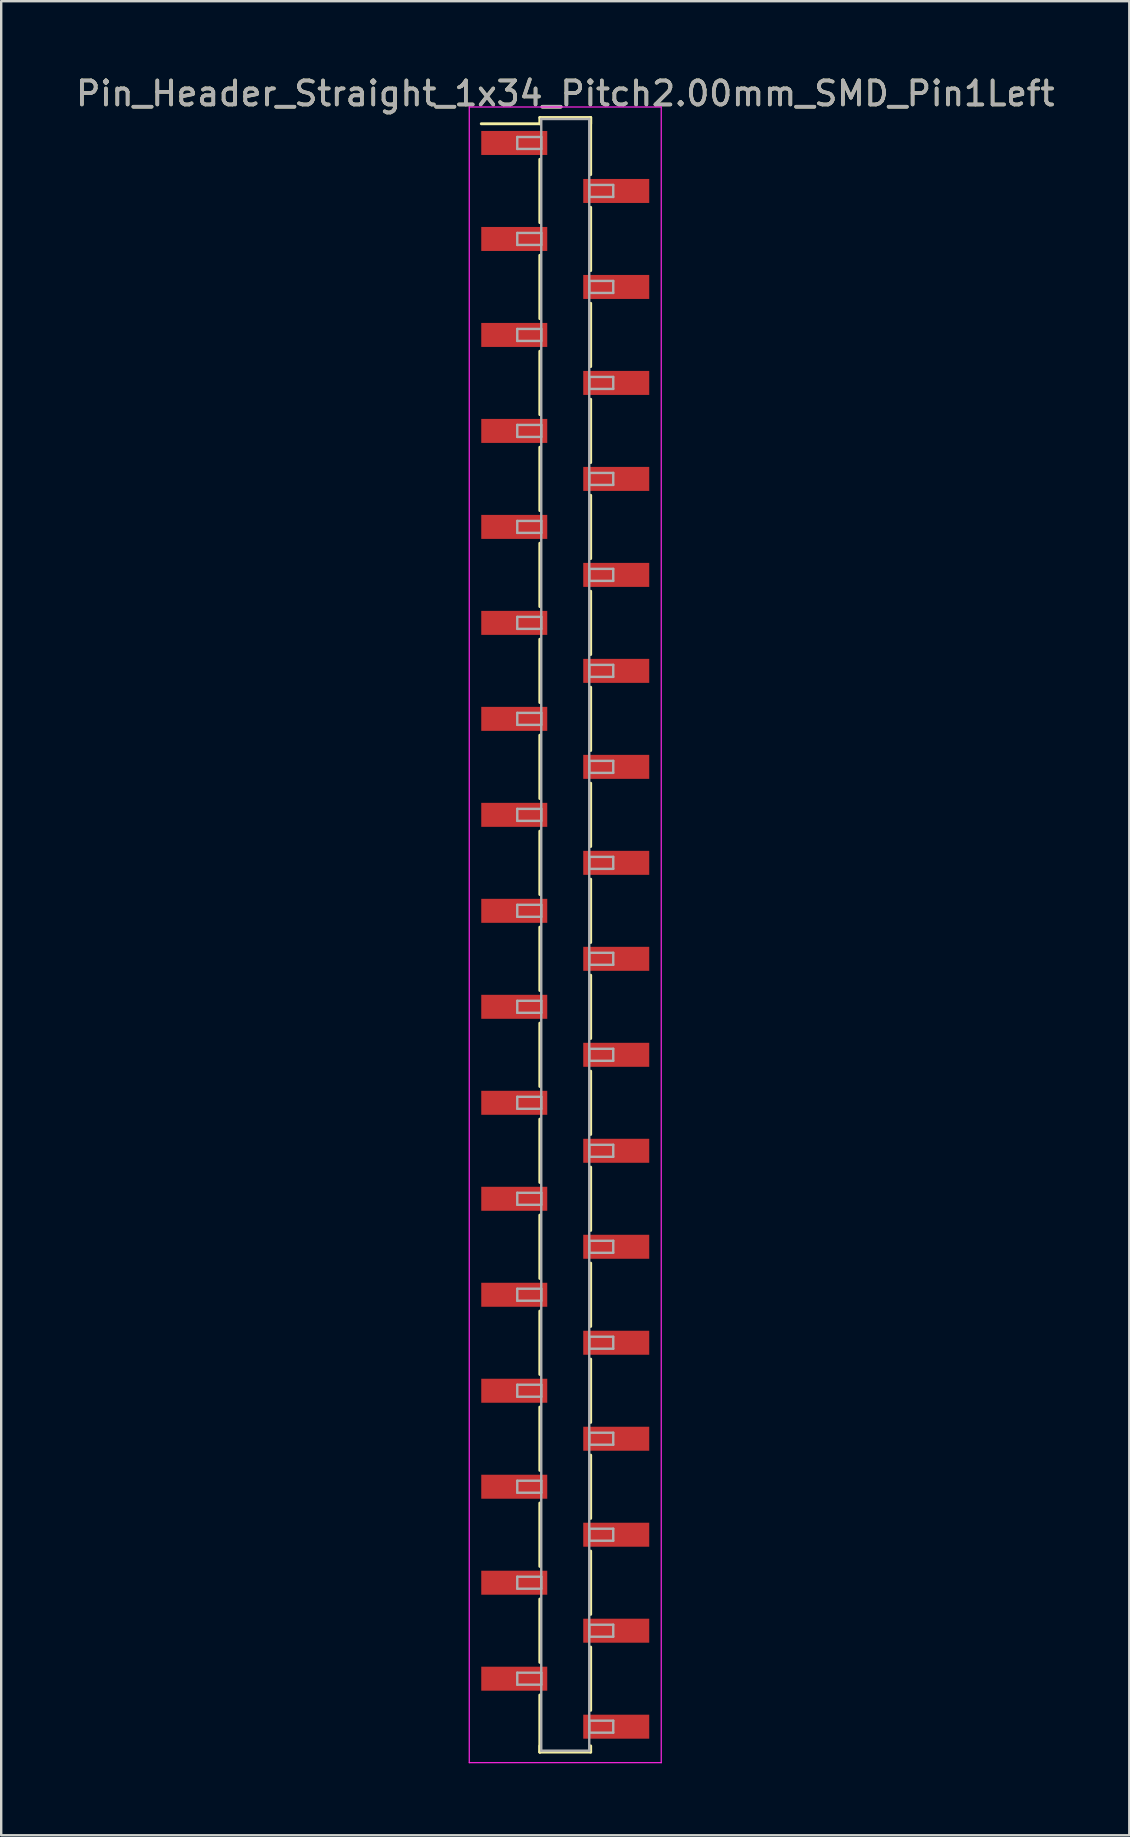
<source format=kicad_pcb>
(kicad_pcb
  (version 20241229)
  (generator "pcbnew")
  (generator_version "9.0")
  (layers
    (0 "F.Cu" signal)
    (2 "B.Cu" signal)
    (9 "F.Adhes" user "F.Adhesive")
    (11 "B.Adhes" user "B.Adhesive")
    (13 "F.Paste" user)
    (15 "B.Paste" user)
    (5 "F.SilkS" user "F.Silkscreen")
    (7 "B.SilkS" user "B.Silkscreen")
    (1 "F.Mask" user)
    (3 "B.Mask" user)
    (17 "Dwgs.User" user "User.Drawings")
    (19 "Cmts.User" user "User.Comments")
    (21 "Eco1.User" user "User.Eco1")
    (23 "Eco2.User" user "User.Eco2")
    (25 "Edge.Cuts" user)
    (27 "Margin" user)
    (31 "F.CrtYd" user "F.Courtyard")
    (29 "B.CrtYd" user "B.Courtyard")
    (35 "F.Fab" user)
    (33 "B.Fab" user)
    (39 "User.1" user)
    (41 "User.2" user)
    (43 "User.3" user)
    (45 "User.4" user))
  (footprint "Pin_Header_Straight_1x34_Pitch2.00mm_SMD_Pin1Left"
    (layer "F.Cu")
    (at 20.506 35.908)
    (property "Reference" "Pin_Header_Straight_1x34_Pitch2.00mm_SMD_Pin1Left" (at 0 -35.06 0) (layer "F.SilkS") (effects (font (size 1 1) (thickness 0.15))))
    (attr smd)
    (fp_line (start -1.06 -34.06) (end 1.06 -34.06) (stroke (width 0.12) (type solid)) (layer "F.SilkS"))
    (fp_line (start -1.06 -33.8) (end -3.5 -33.8) (stroke (width 0.12) (type solid)) (layer "F.SilkS"))
    (fp_line (start -1.06 -33.8) (end -1.06 -34.06) (stroke (width 0.12) (type solid)) (layer "F.SilkS"))
    (fp_line (start -1.06 -32.32) (end -1.06 -29.68) (stroke (width 0.12) (type solid)) (layer "F.SilkS"))
    (fp_line (start -1.06 -28.32) (end -1.06 -25.68) (stroke (width 0.12) (type solid)) (layer "F.SilkS"))
    (fp_line (start -1.06 -24.32) (end -1.06 -21.68) (stroke (width 0.12) (type solid)) (layer "F.SilkS"))
    (fp_line (start -1.06 -20.32) (end -1.06 -17.68) (stroke (width 0.12) (type solid)) (layer "F.SilkS"))
    (fp_line (start -1.06 -16.32) (end -1.06 -13.68) (stroke (width 0.12) (type solid)) (layer "F.SilkS"))
    (fp_line (start -1.06 -12.32) (end -1.06 -9.68) (stroke (width 0.12) (type solid)) (layer "F.SilkS"))
    (fp_line (start -1.06 -8.32) (end -1.06 -5.68) (stroke (width 0.12) (type solid)) (layer "F.SilkS"))
    (fp_line (start -1.06 -4.32) (end -1.06 -1.68) (stroke (width 0.12) (type solid)) (layer "F.SilkS"))
    (fp_line (start -1.06 -0.32) (end -1.06 2.32) (stroke (width 0.12) (type solid)) (layer "F.SilkS"))
    (fp_line (start -1.06 3.68) (end -1.06 6.32) (stroke (width 0.12) (type solid)) (layer "F.SilkS"))
    (fp_line (start -1.06 7.68) (end -1.06 10.32) (stroke (width 0.12) (type solid)) (layer "F.SilkS"))
    (fp_line (start -1.06 11.68) (end -1.06 14.32) (stroke (width 0.12) (type solid)) (layer "F.SilkS"))
    (fp_line (start -1.06 15.68) (end -1.06 18.32) (stroke (width 0.12) (type solid)) (layer "F.SilkS"))
    (fp_line (start -1.06 19.68) (end -1.06 22.32) (stroke (width 0.12) (type solid)) (layer "F.SilkS"))
    (fp_line (start -1.06 23.68) (end -1.06 26.32) (stroke (width 0.12) (type solid)) (layer "F.SilkS"))
    (fp_line (start -1.06 27.68) (end -1.06 30.32) (stroke (width 0.12) (type solid)) (layer "F.SilkS"))
    (fp_line (start -1.06 31.68) (end -1.06 34.06) (stroke (width 0.12) (type solid)) (layer "F.SilkS"))
    (fp_line (start -1.06 33.8) (end -1.06 34.06) (stroke (width 0.12) (type solid)) (layer "F.SilkS"))
    (fp_line (start -1.06 34.06) (end 1.06 34.06) (stroke (width 0.12) (type solid)) (layer "F.SilkS"))
    (fp_line (start 1.06 -34.06) (end 1.06 -33.8) (stroke (width 0.12) (type solid)) (layer "F.SilkS"))
    (fp_line (start 1.06 -34.06) (end 1.06 -31.68) (stroke (width 0.12) (type solid)) (layer "F.SilkS"))
    (fp_line (start 1.06 -30.32) (end 1.06 -27.68) (stroke (width 0.12) (type solid)) (layer "F.SilkS"))
    (fp_line (start 1.06 -26.32) (end 1.06 -23.68) (stroke (width 0.12) (type solid)) (layer "F.SilkS"))
    (fp_line (start 1.06 -22.32) (end 1.06 -19.68) (stroke (width 0.12) (type solid)) (layer "F.SilkS"))
    (fp_line (start 1.06 -18.32) (end 1.06 -15.68) (stroke (width 0.12) (type solid)) (layer "F.SilkS"))
    (fp_line (start 1.06 -14.32) (end 1.06 -11.68) (stroke (width 0.12) (type solid)) (layer "F.SilkS"))
    (fp_line (start 1.06 -10.32) (end 1.06 -7.68) (stroke (width 0.12) (type solid)) (layer "F.SilkS"))
    (fp_line (start 1.06 -6.32) (end 1.06 -3.68) (stroke (width 0.12) (type solid)) (layer "F.SilkS"))
    (fp_line (start 1.06 -2.32) (end 1.06 0.32) (stroke (width 0.12) (type solid)) (layer "F.SilkS"))
    (fp_line (start 1.06 1.68) (end 1.06 4.32) (stroke (width 0.12) (type solid)) (layer "F.SilkS"))
    (fp_line (start 1.06 5.68) (end 1.06 8.32) (stroke (width 0.12) (type solid)) (layer "F.SilkS"))
    (fp_line (start 1.06 9.68) (end 1.06 12.32) (stroke (width 0.12) (type solid)) (layer "F.SilkS"))
    (fp_line (start 1.06 13.68) (end 1.06 16.32) (stroke (width 0.12) (type solid)) (layer "F.SilkS"))
    (fp_line (start 1.06 17.68) (end 1.06 20.32) (stroke (width 0.12) (type solid)) (layer "F.SilkS"))
    (fp_line (start 1.06 21.68) (end 1.06 24.32) (stroke (width 0.12) (type solid)) (layer "F.SilkS"))
    (fp_line (start 1.06 25.68) (end 1.06 28.32) (stroke (width 0.12) (type solid)) (layer "F.SilkS"))
    (fp_line (start 1.06 29.68) (end 1.06 32.32) (stroke (width 0.12) (type solid)) (layer "F.SilkS"))
    (fp_line (start 1.06 34.06) (end 1.06 33.8) (stroke (width 0.12) (type solid)) (layer "F.SilkS"))
    (fp_line (start -4 -34.5) (end -4 34.5) (stroke (width 0.05) (type solid)) (layer "F.CrtYd"))
    (fp_line (start -4 34.5) (end 4 34.5) (stroke (width 0.05) (type solid)) (layer "F.CrtYd"))
    (fp_line (start 4 -34.5) (end -4 -34.5) (stroke (width 0.05) (type solid)) (layer "F.CrtYd"))
    (fp_line (start 4 34.5) (end 4 -34.5) (stroke (width 0.05) (type solid)) (layer "F.CrtYd"))
    (fp_line (start -2 -33.25) (end -1 -33.25) (stroke (width 0.1) (type solid)) (layer "F.Fab"))
    (fp_line (start -2 -32.75) (end -2 -33.25) (stroke (width 0.1) (type solid)) (layer "F.Fab"))
    (fp_line (start -2 -29.25) (end -1 -29.25) (stroke (width 0.1) (type solid)) (layer "F.Fab"))
    (fp_line (start -2 -28.75) (end -2 -29.25) (stroke (width 0.1) (type solid)) (layer "F.Fab"))
    (fp_line (start -2 -25.25) (end -1 -25.25) (stroke (width 0.1) (type solid)) (layer "F.Fab"))
    (fp_line (start -2 -24.75) (end -2 -25.25) (stroke (width 0.1) (type solid)) (layer "F.Fab"))
    (fp_line (start -2 -21.25) (end -1 -21.25) (stroke (width 0.1) (type solid)) (layer "F.Fab"))
    (fp_line (start -2 -20.75) (end -2 -21.25) (stroke (width 0.1) (type solid)) (layer "F.Fab"))
    (fp_line (start -2 -17.25) (end -1 -17.25) (stroke (width 0.1) (type solid)) (layer "F.Fab"))
    (fp_line (start -2 -16.75) (end -2 -17.25) (stroke (width 0.1) (type solid)) (layer "F.Fab"))
    (fp_line (start -2 -13.25) (end -1 -13.25) (stroke (width 0.1) (type solid)) (layer "F.Fab"))
    (fp_line (start -2 -12.75) (end -2 -13.25) (stroke (width 0.1) (type solid)) (layer "F.Fab"))
    (fp_line (start -2 -9.25) (end -1 -9.25) (stroke (width 0.1) (type solid)) (layer "F.Fab"))
    (fp_line (start -2 -8.75) (end -2 -9.25) (stroke (width 0.1) (type solid)) (layer "F.Fab"))
    (fp_line (start -2 -5.25) (end -1 -5.25) (stroke (width 0.1) (type solid)) (layer "F.Fab"))
    (fp_line (start -2 -4.75) (end -2 -5.25) (stroke (width 0.1) (type solid)) (layer "F.Fab"))
    (fp_line (start -2 -1.25) (end -1 -1.25) (stroke (width 0.1) (type solid)) (layer "F.Fab"))
    (fp_line (start -2 -0.75) (end -2 -1.25) (stroke (width 0.1) (type solid)) (layer "F.Fab"))
    (fp_line (start -2 2.75) (end -1 2.75) (stroke (width 0.1) (type solid)) (layer "F.Fab"))
    (fp_line (start -2 3.25) (end -2 2.75) (stroke (width 0.1) (type solid)) (layer "F.Fab"))
    (fp_line (start -2 6.75) (end -1 6.75) (stroke (width 0.1) (type solid)) (layer "F.Fab"))
    (fp_line (start -2 7.25) (end -2 6.75) (stroke (width 0.1) (type solid)) (layer "F.Fab"))
    (fp_line (start -2 10.75) (end -1 10.75) (stroke (width 0.1) (type solid)) (layer "F.Fab"))
    (fp_line (start -2 11.25) (end -2 10.75) (stroke (width 0.1) (type solid)) (layer "F.Fab"))
    (fp_line (start -2 14.75) (end -1 14.75) (stroke (width 0.1) (type solid)) (layer "F.Fab"))
    (fp_line (start -2 15.25) (end -2 14.75) (stroke (width 0.1) (type solid)) (layer "F.Fab"))
    (fp_line (start -2 18.75) (end -1 18.75) (stroke (width 0.1) (type solid)) (layer "F.Fab"))
    (fp_line (start -2 19.25) (end -2 18.75) (stroke (width 0.1) (type solid)) (layer "F.Fab"))
    (fp_line (start -2 22.75) (end -1 22.75) (stroke (width 0.1) (type solid)) (layer "F.Fab"))
    (fp_line (start -2 23.25) (end -2 22.75) (stroke (width 0.1) (type solid)) (layer "F.Fab"))
    (fp_line (start -2 26.75) (end -1 26.75) (stroke (width 0.1) (type solid)) (layer "F.Fab"))
    (fp_line (start -2 27.25) (end -2 26.75) (stroke (width 0.1) (type solid)) (layer "F.Fab"))
    (fp_line (start -2 30.75) (end -1 30.75) (stroke (width 0.1) (type solid)) (layer "F.Fab"))
    (fp_line (start -2 31.25) (end -2 30.75) (stroke (width 0.1) (type solid)) (layer "F.Fab"))
    (fp_line (start -1 -34) (end -1 34) (stroke (width 0.1) (type solid)) (layer "F.Fab"))
    (fp_line (start -1 -33.25) (end -1 -32.75) (stroke (width 0.1) (type solid)) (layer "F.Fab"))
    (fp_line (start -1 -32.75) (end -2 -32.75) (stroke (width 0.1) (type solid)) (layer "F.Fab"))
    (fp_line (start -1 -29.25) (end -1 -28.75) (stroke (width 0.1) (type solid)) (layer "F.Fab"))
    (fp_line (start -1 -28.75) (end -2 -28.75) (stroke (width 0.1) (type solid)) (layer "F.Fab"))
    (fp_line (start -1 -25.25) (end -1 -24.75) (stroke (width 0.1) (type solid)) (layer "F.Fab"))
    (fp_line (start -1 -24.75) (end -2 -24.75) (stroke (width 0.1) (type solid)) (layer "F.Fab"))
    (fp_line (start -1 -21.25) (end -1 -20.75) (stroke (width 0.1) (type solid)) (layer "F.Fab"))
    (fp_line (start -1 -20.75) (end -2 -20.75) (stroke (width 0.1) (type solid)) (layer "F.Fab"))
    (fp_line (start -1 -17.25) (end -1 -16.75) (stroke (width 0.1) (type solid)) (layer "F.Fab"))
    (fp_line (start -1 -16.75) (end -2 -16.75) (stroke (width 0.1) (type solid)) (layer "F.Fab"))
    (fp_line (start -1 -13.25) (end -1 -12.75) (stroke (width 0.1) (type solid)) (layer "F.Fab"))
    (fp_line (start -1 -12.75) (end -2 -12.75) (stroke (width 0.1) (type solid)) (layer "F.Fab"))
    (fp_line (start -1 -9.25) (end -1 -8.75) (stroke (width 0.1) (type solid)) (layer "F.Fab"))
    (fp_line (start -1 -8.75) (end -2 -8.75) (stroke (width 0.1) (type solid)) (layer "F.Fab"))
    (fp_line (start -1 -5.25) (end -1 -4.75) (stroke (width 0.1) (type solid)) (layer "F.Fab"))
    (fp_line (start -1 -4.75) (end -2 -4.75) (stroke (width 0.1) (type solid)) (layer "F.Fab"))
    (fp_line (start -1 -1.25) (end -1 -0.75) (stroke (width 0.1) (type solid)) (layer "F.Fab"))
    (fp_line (start -1 -0.75) (end -2 -0.75) (stroke (width 0.1) (type solid)) (layer "F.Fab"))
    (fp_line (start -1 2.75) (end -1 3.25) (stroke (width 0.1) (type solid)) (layer "F.Fab"))
    (fp_line (start -1 3.25) (end -2 3.25) (stroke (width 0.1) (type solid)) (layer "F.Fab"))
    (fp_line (start -1 6.75) (end -1 7.25) (stroke (width 0.1) (type solid)) (layer "F.Fab"))
    (fp_line (start -1 7.25) (end -2 7.25) (stroke (width 0.1) (type solid)) (layer "F.Fab"))
    (fp_line (start -1 10.75) (end -1 11.25) (stroke (width 0.1) (type solid)) (layer "F.Fab"))
    (fp_line (start -1 11.25) (end -2 11.25) (stroke (width 0.1) (type solid)) (layer "F.Fab"))
    (fp_line (start -1 14.75) (end -1 15.25) (stroke (width 0.1) (type solid)) (layer "F.Fab"))
    (fp_line (start -1 15.25) (end -2 15.25) (stroke (width 0.1) (type solid)) (layer "F.Fab"))
    (fp_line (start -1 18.75) (end -1 19.25) (stroke (width 0.1) (type solid)) (layer "F.Fab"))
    (fp_line (start -1 19.25) (end -2 19.25) (stroke (width 0.1) (type solid)) (layer "F.Fab"))
    (fp_line (start -1 22.75) (end -1 23.25) (stroke (width 0.1) (type solid)) (layer "F.Fab"))
    (fp_line (start -1 23.25) (end -2 23.25) (stroke (width 0.1) (type solid)) (layer "F.Fab"))
    (fp_line (start -1 26.75) (end -1 27.25) (stroke (width 0.1) (type solid)) (layer "F.Fab"))
    (fp_line (start -1 27.25) (end -2 27.25) (stroke (width 0.1) (type solid)) (layer "F.Fab"))
    (fp_line (start -1 30.75) (end -1 31.25) (stroke (width 0.1) (type solid)) (layer "F.Fab"))
    (fp_line (start -1 31.25) (end -2 31.25) (stroke (width 0.1) (type solid)) (layer "F.Fab"))
    (fp_line (start -1 34) (end 1 34) (stroke (width 0.1) (type solid)) (layer "F.Fab"))
    (fp_line (start 1 -34) (end -1 -34) (stroke (width 0.1) (type solid)) (layer "F.Fab"))
    (fp_line (start 1 -31.25) (end 1 -30.75) (stroke (width 0.1) (type solid)) (layer "F.Fab"))
    (fp_line (start 1 -30.75) (end 2 -30.75) (stroke (width 0.1) (type solid)) (layer "F.Fab"))
    (fp_line (start 1 -27.25) (end 1 -26.75) (stroke (width 0.1) (type solid)) (layer "F.Fab"))
    (fp_line (start 1 -26.75) (end 2 -26.75) (stroke (width 0.1) (type solid)) (layer "F.Fab"))
    (fp_line (start 1 -23.25) (end 1 -22.75) (stroke (width 0.1) (type solid)) (layer "F.Fab"))
    (fp_line (start 1 -22.75) (end 2 -22.75) (stroke (width 0.1) (type solid)) (layer "F.Fab"))
    (fp_line (start 1 -19.25) (end 1 -18.75) (stroke (width 0.1) (type solid)) (layer "F.Fab"))
    (fp_line (start 1 -18.75) (end 2 -18.75) (stroke (width 0.1) (type solid)) (layer "F.Fab"))
    (fp_line (start 1 -15.25) (end 1 -14.75) (stroke (width 0.1) (type solid)) (layer "F.Fab"))
    (fp_line (start 1 -14.75) (end 2 -14.75) (stroke (width 0.1) (type solid)) (layer "F.Fab"))
    (fp_line (start 1 -11.25) (end 1 -10.75) (stroke (width 0.1) (type solid)) (layer "F.Fab"))
    (fp_line (start 1 -10.75) (end 2 -10.75) (stroke (width 0.1) (type solid)) (layer "F.Fab"))
    (fp_line (start 1 -7.25) (end 1 -6.75) (stroke (width 0.1) (type solid)) (layer "F.Fab"))
    (fp_line (start 1 -6.75) (end 2 -6.75) (stroke (width 0.1) (type solid)) (layer "F.Fab"))
    (fp_line (start 1 -3.25) (end 1 -2.75) (stroke (width 0.1) (type solid)) (layer "F.Fab"))
    (fp_line (start 1 -2.75) (end 2 -2.75) (stroke (width 0.1) (type solid)) (layer "F.Fab"))
    (fp_line (start 1 0.75) (end 1 1.25) (stroke (width 0.1) (type solid)) (layer "F.Fab"))
    (fp_line (start 1 1.25) (end 2 1.25) (stroke (width 0.1) (type solid)) (layer "F.Fab"))
    (fp_line (start 1 4.75) (end 1 5.25) (stroke (width 0.1) (type solid)) (layer "F.Fab"))
    (fp_line (start 1 5.25) (end 2 5.25) (stroke (width 0.1) (type solid)) (layer "F.Fab"))
    (fp_line (start 1 8.75) (end 1 9.25) (stroke (width 0.1) (type solid)) (layer "F.Fab"))
    (fp_line (start 1 9.25) (end 2 9.25) (stroke (width 0.1) (type solid)) (layer "F.Fab"))
    (fp_line (start 1 12.75) (end 1 13.25) (stroke (width 0.1) (type solid)) (layer "F.Fab"))
    (fp_line (start 1 13.25) (end 2 13.25) (stroke (width 0.1) (type solid)) (layer "F.Fab"))
    (fp_line (start 1 16.75) (end 1 17.25) (stroke (width 0.1) (type solid)) (layer "F.Fab"))
    (fp_line (start 1 17.25) (end 2 17.25) (stroke (width 0.1) (type solid)) (layer "F.Fab"))
    (fp_line (start 1 20.75) (end 1 21.25) (stroke (width 0.1) (type solid)) (layer "F.Fab"))
    (fp_line (start 1 21.25) (end 2 21.25) (stroke (width 0.1) (type solid)) (layer "F.Fab"))
    (fp_line (start 1 24.75) (end 1 25.25) (stroke (width 0.1) (type solid)) (layer "F.Fab"))
    (fp_line (start 1 25.25) (end 2 25.25) (stroke (width 0.1) (type solid)) (layer "F.Fab"))
    (fp_line (start 1 28.75) (end 1 29.25) (stroke (width 0.1) (type solid)) (layer "F.Fab"))
    (fp_line (start 1 29.25) (end 2 29.25) (stroke (width 0.1) (type solid)) (layer "F.Fab"))
    (fp_line (start 1 32.75) (end 1 33.25) (stroke (width 0.1) (type solid)) (layer "F.Fab"))
    (fp_line (start 1 33.25) (end 2 33.25) (stroke (width 0.1) (type solid)) (layer "F.Fab"))
    (fp_line (start 1 34) (end 1 -34) (stroke (width 0.1) (type solid)) (layer "F.Fab"))
    (fp_line (start 2 -31.25) (end 1 -31.25) (stroke (width 0.1) (type solid)) (layer "F.Fab"))
    (fp_line (start 2 -30.75) (end 2 -31.25) (stroke (width 0.1) (type solid)) (layer "F.Fab"))
    (fp_line (start 2 -27.25) (end 1 -27.25) (stroke (width 0.1) (type solid)) (layer "F.Fab"))
    (fp_line (start 2 -26.75) (end 2 -27.25) (stroke (width 0.1) (type solid)) (layer "F.Fab"))
    (fp_line (start 2 -23.25) (end 1 -23.25) (stroke (width 0.1) (type solid)) (layer "F.Fab"))
    (fp_line (start 2 -22.75) (end 2 -23.25) (stroke (width 0.1) (type solid)) (layer "F.Fab"))
    (fp_line (start 2 -19.25) (end 1 -19.25) (stroke (width 0.1) (type solid)) (layer "F.Fab"))
    (fp_line (start 2 -18.75) (end 2 -19.25) (stroke (width 0.1) (type solid)) (layer "F.Fab"))
    (fp_line (start 2 -15.25) (end 1 -15.25) (stroke (width 0.1) (type solid)) (layer "F.Fab"))
    (fp_line (start 2 -14.75) (end 2 -15.25) (stroke (width 0.1) (type solid)) (layer "F.Fab"))
    (fp_line (start 2 -11.25) (end 1 -11.25) (stroke (width 0.1) (type solid)) (layer "F.Fab"))
    (fp_line (start 2 -10.75) (end 2 -11.25) (stroke (width 0.1) (type solid)) (layer "F.Fab"))
    (fp_line (start 2 -7.25) (end 1 -7.25) (stroke (width 0.1) (type solid)) (layer "F.Fab"))
    (fp_line (start 2 -6.75) (end 2 -7.25) (stroke (width 0.1) (type solid)) (layer "F.Fab"))
    (fp_line (start 2 -3.25) (end 1 -3.25) (stroke (width 0.1) (type solid)) (layer "F.Fab"))
    (fp_line (start 2 -2.75) (end 2 -3.25) (stroke (width 0.1) (type solid)) (layer "F.Fab"))
    (fp_line (start 2 0.75) (end 1 0.75) (stroke (width 0.1) (type solid)) (layer "F.Fab"))
    (fp_line (start 2 1.25) (end 2 0.75) (stroke (width 0.1) (type solid)) (layer "F.Fab"))
    (fp_line (start 2 4.75) (end 1 4.75) (stroke (width 0.1) (type solid)) (layer "F.Fab"))
    (fp_line (start 2 5.25) (end 2 4.75) (stroke (width 0.1) (type solid)) (layer "F.Fab"))
    (fp_line (start 2 8.75) (end 1 8.75) (stroke (width 0.1) (type solid)) (layer "F.Fab"))
    (fp_line (start 2 9.25) (end 2 8.75) (stroke (width 0.1) (type solid)) (layer "F.Fab"))
    (fp_line (start 2 12.75) (end 1 12.75) (stroke (width 0.1) (type solid)) (layer "F.Fab"))
    (fp_line (start 2 13.25) (end 2 12.75) (stroke (width 0.1) (type solid)) (layer "F.Fab"))
    (fp_line (start 2 16.75) (end 1 16.75) (stroke (width 0.1) (type solid)) (layer "F.Fab"))
    (fp_line (start 2 17.25) (end 2 16.75) (stroke (width 0.1) (type solid)) (layer "F.Fab"))
    (fp_line (start 2 20.75) (end 1 20.75) (stroke (width 0.1) (type solid)) (layer "F.Fab"))
    (fp_line (start 2 21.25) (end 2 20.75) (stroke (width 0.1) (type solid)) (layer "F.Fab"))
    (fp_line (start 2 24.75) (end 1 24.75) (stroke (width 0.1) (type solid)) (layer "F.Fab"))
    (fp_line (start 2 25.25) (end 2 24.75) (stroke (width 0.1) (type solid)) (layer "F.Fab"))
    (fp_line (start 2 28.75) (end 1 28.75) (stroke (width 0.1) (type solid)) (layer "F.Fab"))
    (fp_line (start 2 29.25) (end 2 28.75) (stroke (width 0.1) (type solid)) (layer "F.Fab"))
    (fp_line (start 2 32.75) (end 1 32.75) (stroke (width 0.1) (type solid)) (layer "F.Fab"))
    (fp_line (start 2 33.25) (end 2 32.75) (stroke (width 0.1) (type solid)) (layer "F.Fab"))
    (fp_text user "${REFERENCE}" (at 0 -35.06 0) (layer "F.Fab") (effects (font (size 1 1) (thickness 0.15))))
    (pad "1" smd rect (at -2.125 -33) (size 2.75 1) (layers "F.Cu" "F.Mask" "F.Paste"))
    (pad "2" smd rect (at 2.125 -31) (size 2.75 1) (layers "F.Cu" "F.Mask" "F.Paste"))
    (pad "3" smd rect (at -2.125 -29) (size 2.75 1) (layers "F.Cu" "F.Mask" "F.Paste"))
    (pad "4" smd rect (at 2.125 -27) (size 2.75 1) (layers "F.Cu" "F.Mask" "F.Paste"))
    (pad "5" smd rect (at -2.125 -25) (size 2.75 1) (layers "F.Cu" "F.Mask" "F.Paste"))
    (pad "6" smd rect (at 2.125 -23) (size 2.75 1) (layers "F.Cu" "F.Mask" "F.Paste"))
    (pad "7" smd rect (at -2.125 -21) (size 2.75 1) (layers "F.Cu" "F.Mask" "F.Paste"))
    (pad "8" smd rect (at 2.125 -19) (size 2.75 1) (layers "F.Cu" "F.Mask" "F.Paste"))
    (pad "9" smd rect (at -2.125 -17) (size 2.75 1) (layers "F.Cu" "F.Mask" "F.Paste"))
    (pad "10" smd rect (at 2.125 -15) (size 2.75 1) (layers "F.Cu" "F.Mask" "F.Paste"))
    (pad "11" smd rect (at -2.125 -13) (size 2.75 1) (layers "F.Cu" "F.Mask" "F.Paste"))
    (pad "12" smd rect (at 2.125 -11) (size 2.75 1) (layers "F.Cu" "F.Mask" "F.Paste"))
    (pad "13" smd rect (at -2.125 -9) (size 2.75 1) (layers "F.Cu" "F.Mask" "F.Paste"))
    (pad "14" smd rect (at 2.125 -7) (size 2.75 1) (layers "F.Cu" "F.Mask" "F.Paste"))
    (pad "15" smd rect (at -2.125 -5) (size 2.75 1) (layers "F.Cu" "F.Mask" "F.Paste"))
    (pad "16" smd rect (at 2.125 -3) (size 2.75 1) (layers "F.Cu" "F.Mask" "F.Paste"))
    (pad "17" smd rect (at -2.125 -1) (size 2.75 1) (layers "F.Cu" "F.Mask" "F.Paste"))
    (pad "18" smd rect (at 2.125 1) (size 2.75 1) (layers "F.Cu" "F.Mask" "F.Paste"))
    (pad "19" smd rect (at -2.125 3) (size 2.75 1) (layers "F.Cu" "F.Mask" "F.Paste"))
    (pad "20" smd rect (at 2.125 5) (size 2.75 1) (layers "F.Cu" "F.Mask" "F.Paste"))
    (pad "21" smd rect (at -2.125 7) (size 2.75 1) (layers "F.Cu" "F.Mask" "F.Paste"))
    (pad "22" smd rect (at 2.125 9) (size 2.75 1) (layers "F.Cu" "F.Mask" "F.Paste"))
    (pad "23" smd rect (at -2.125 11) (size 2.75 1) (layers "F.Cu" "F.Mask" "F.Paste"))
    (pad "24" smd rect (at 2.125 13) (size 2.75 1) (layers "F.Cu" "F.Mask" "F.Paste"))
    (pad "25" smd rect (at -2.125 15) (size 2.75 1) (layers "F.Cu" "F.Mask" "F.Paste"))
    (pad "26" smd rect (at 2.125 17) (size 2.75 1) (layers "F.Cu" "F.Mask" "F.Paste"))
    (pad "27" smd rect (at -2.125 19) (size 2.75 1) (layers "F.Cu" "F.Mask" "F.Paste"))
    (pad "28" smd rect (at 2.125 21) (size 2.75 1) (layers "F.Cu" "F.Mask" "F.Paste"))
    (pad "29" smd rect (at -2.125 23) (size 2.75 1) (layers "F.Cu" "F.Mask" "F.Paste"))
    (pad "30" smd rect (at 2.125 25) (size 2.75 1) (layers "F.Cu" "F.Mask" "F.Paste"))
    (pad "31" smd rect (at -2.125 27) (size 2.75 1) (layers "F.Cu" "F.Mask" "F.Paste"))
    (pad "32" smd rect (at 2.125 29) (size 2.75 1) (layers "F.Cu" "F.Mask" "F.Paste"))
    (pad "33" smd rect (at -2.125 31) (size 2.75 1) (layers "F.Cu" "F.Mask" "F.Paste"))
    (pad "34" smd rect (at 2.125 33) (size 2.75 1) (layers "F.Cu" "F.Mask" "F.Paste")))
  (gr_rect
    (start -3 -3)
    (end 44.012 73.433)
    (stroke (width 0.1) (type default))
    (fill no)
    (layer "Edge.Cuts")))
</source>
